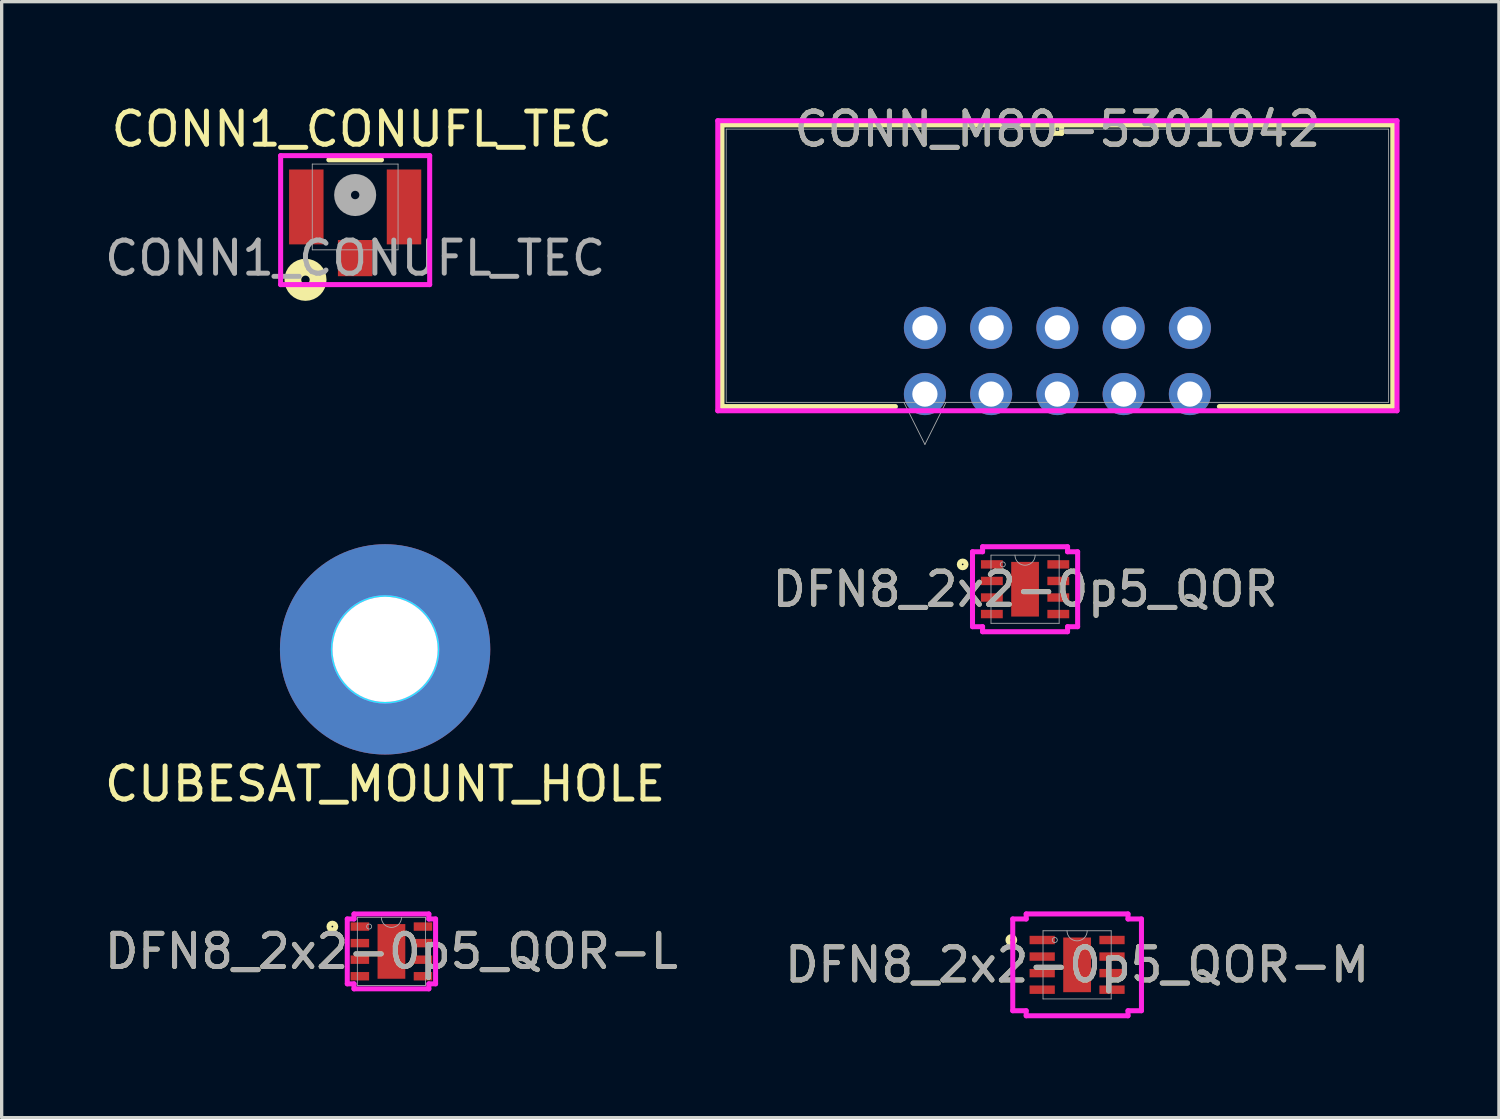
<source format=kicad_pcb>
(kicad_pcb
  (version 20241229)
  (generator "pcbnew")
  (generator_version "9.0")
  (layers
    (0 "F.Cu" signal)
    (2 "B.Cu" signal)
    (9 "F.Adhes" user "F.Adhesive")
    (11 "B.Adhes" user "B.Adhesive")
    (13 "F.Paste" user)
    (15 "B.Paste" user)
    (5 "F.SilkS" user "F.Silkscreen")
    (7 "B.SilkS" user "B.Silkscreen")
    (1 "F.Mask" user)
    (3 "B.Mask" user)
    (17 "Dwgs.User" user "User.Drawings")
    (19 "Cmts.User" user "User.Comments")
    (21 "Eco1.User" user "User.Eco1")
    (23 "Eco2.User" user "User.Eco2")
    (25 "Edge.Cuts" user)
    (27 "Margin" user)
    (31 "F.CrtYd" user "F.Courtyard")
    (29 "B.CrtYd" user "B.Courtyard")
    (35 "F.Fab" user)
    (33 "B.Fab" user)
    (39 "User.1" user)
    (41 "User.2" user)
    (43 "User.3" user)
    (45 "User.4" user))
  (footprint "CONN1_CONUFL_TEC"
    (layer "F.Cu")
    (at 7.673 3.198)
    (property "Reference" "CONN1_CONUFL_TEC" (at 0.2 -2.35 0) (unlocked yes) (layer "F.SilkS") (effects (font (size 1 1) (thickness 0.15))))
    (attr smd)
    (fp_line (start 0.795 -1.422) (end -0.795 -1.422) (stroke (width 0.152) (type solid)) (layer "F.SilkS"))
    (fp_circle (center -1.5 2.2) (end -1.119 2.2) (stroke (width 0.508) (type solid)) (fill no) (layer "F.SilkS"))
    (fp_line (start -2.25 -1.549) (end -2.25 2.345) (stroke (width 0.152) (type solid)) (layer "F.CrtYd"))
    (fp_line (start -2.25 2.345) (end 2.25 2.345) (stroke (width 0.152) (type solid)) (layer "F.CrtYd"))
    (fp_line (start 2.25 -1.549) (end -2.25 -1.549) (stroke (width 0.152) (type solid)) (layer "F.CrtYd"))
    (fp_line (start 2.25 2.345) (end 2.25 -1.549) (stroke (width 0.152) (type solid)) (layer "F.CrtYd"))
    (fp_line (start -1.295 -1.295) (end -1.295 1.295) (stroke (width 0.025) (type solid)) (layer "F.Fab"))
    (fp_line (start -1.295 1.295) (end 1.295 1.295) (stroke (width 0.025) (type solid)) (layer "F.Fab"))
    (fp_line (start 1.295 -1.295) (end -1.295 -1.295) (stroke (width 0.025) (type solid)) (layer "F.Fab"))
    (fp_line (start 1.295 1.295) (end 1.295 -1.295) (stroke (width 0.025) (type solid)) (layer "F.Fab"))
    (fp_circle (center 0 -0.36) (end 0.381 -0.36) (stroke (width 0.508) (type solid)) (fill no) (layer "F.Fab"))
    (fp_text user "${REFERENCE}" (at 0 1.545 0) (unlocked yes) (layer "F.Fab") (effects (font (size 1 1) (thickness 0.15))))
    (pad "1" smd rect (at 0 1.545) (size 1.041 1.092) (layers "F.Cu" "F.Mask" "F.Paste"))
    (pad "2" smd rect (at -1.475 0) (size 1.041 2.261) (layers "F.Cu" "F.Mask" "F.Paste"))
    (pad "3" smd rect (at 1.475 0) (size 1.041 2.261) (layers "F.Cu" "F.Mask" "F.Paste")))
  (footprint "CUBESAT_MOUNT_HOLE"
    (layer "F.Cu")
    (at 8.577 16.556)
    (property "Reference" "CUBESAT_MOUNT_HOLE" (at 0 4.064 0) (layer "F.SilkS") (effects (font (size 1 1) (thickness 0.15))))
    (attr through_hole exclude_from_pos_files exclude_from_bom)
    (fp_circle (center 0 0) (end 1.6 0.2) (stroke (width 0.05) (type solid)) (fill no) (layer "B.CrtYd"))
    (fp_circle (center 0 0) (end 1.6 0.2) (stroke (width 0.05) (type solid)) (fill no) (layer "F.CrtYd"))
    (pad "1" thru_hole circle (at 0 0) (size 6.35 6.35) (drill 3.175) (layers "*.Cu" "*.Mask")))
  (footprint "CONN_M80-5301042"
    (layer "F.Cu")
    (at 28.875 0.848)
    (property "Reference" "CONN_M80-5301042" (at 0 0 0) (unlocked yes) (layer "F.SilkS") (effects (font (size 1 1) (thickness 0.15))))
    (attr through_hole)
    (fp_line (start -10.127 -0.127) (end -10.127 8.377) (stroke (width 0.152) (type solid)) (layer "F.SilkS"))
    (fp_line (start -10.127 8.377) (end -4.891 8.377) (stroke (width 0.152) (type solid)) (layer "F.SilkS"))
    (fp_line (start -0.127 -0.127) (end -0.127 0.127) (stroke (width 0.152) (type solid)) (layer "F.SilkS"))
    (fp_line (start -0.127 0.127) (end 0.127 0.127) (stroke (width 0.152) (type solid)) (layer "F.SilkS"))
    (fp_line (start 0.127 -0.127) (end -0.127 -0.127) (stroke (width 0.152) (type solid)) (layer "F.SilkS"))
    (fp_line (start 0.127 0.127) (end 0.127 -0.127) (stroke (width 0.152) (type solid)) (layer "F.SilkS"))
    (fp_line (start 4.891 8.377) (end 10.127 8.377) (stroke (width 0.152) (type solid)) (layer "F.SilkS"))
    (fp_line (start 10.127 -0.127) (end -10.127 -0.127) (stroke (width 0.152) (type solid)) (layer "F.SilkS"))
    (fp_line (start 10.127 8.377) (end 10.127 -0.127) (stroke (width 0.152) (type solid)) (layer "F.SilkS"))
    (fp_line (start -10.254 -0.254) (end -10.254 8.504) (stroke (width 0.152) (type solid)) (layer "F.CrtYd"))
    (fp_line (start -10.254 8.504) (end 10.254 8.504) (stroke (width 0.152) (type solid)) (layer "F.CrtYd"))
    (fp_line (start 10.254 -0.254) (end -10.254 -0.254) (stroke (width 0.152) (type solid)) (layer "F.CrtYd"))
    (fp_line (start 10.254 8.504) (end 10.254 -0.254) (stroke (width 0.152) (type solid)) (layer "F.CrtYd"))
    (fp_line (start -10 0) (end -10 8.25) (stroke (width 0.025) (type solid)) (layer "F.Fab"))
    (fp_line (start -10 8.25) (end 10 8.25) (stroke (width 0.025) (type solid)) (layer "F.Fab"))
    (fp_line (start -4.635 8.25) (end -4 9.52) (stroke (width 0.025) (type solid)) (layer "F.Fab"))
    (fp_line (start -3.365 8.25) (end -4 9.52) (stroke (width 0.025) (type solid)) (layer "F.Fab"))
    (fp_line (start 0 0) (end 0 0) (stroke (width 0.025) (type solid)) (layer "F.Fab"))
    (fp_line (start 0 0) (end 0 0) (stroke (width 0.025) (type solid)) (layer "F.Fab"))
    (fp_line (start 0 0) (end 0 0) (stroke (width 0.025) (type solid)) (layer "F.Fab"))
    (fp_line (start 0 0) (end 0 0) (stroke (width 0.025) (type solid)) (layer "F.Fab"))
    (fp_line (start 10 0) (end -10 0) (stroke (width 0.025) (type solid)) (layer "F.Fab"))
    (fp_line (start 10 8.25) (end 10 0) (stroke (width 0.025) (type solid)) (layer "F.Fab"))
    (fp_text user "${REFERENCE}" (at 0 0 0) (unlocked yes) (layer "F.Fab") (effects (font (size 1 1) (thickness 0.15))))
    (pad "1" thru_hole circle (at -4 8) (size 1.27 1.27) (drill 0.762) (layers "*.Cu" "*.Mask"))
    (pad "2" thru_hole circle (at -2 8) (size 1.27 1.27) (drill 0.762) (layers "*.Cu" "*.Mask"))
    (pad "3" thru_hole circle (at 0 8) (size 1.27 1.27) (drill 0.762) (layers "*.Cu" "*.Mask"))
    (pad "4" thru_hole circle (at 2 8) (size 1.27 1.27) (drill 0.762) (layers "*.Cu" "*.Mask"))
    (pad "5" thru_hole circle (at 4 8) (size 1.27 1.27) (drill 0.762) (layers "*.Cu" "*.Mask"))
    (pad "6" thru_hole circle (at -4 6) (size 1.27 1.27) (drill 0.762) (layers "*.Cu" "*.Mask"))
    (pad "7" thru_hole circle (at -2 6) (size 1.27 1.27) (drill 0.762) (layers "*.Cu" "*.Mask"))
    (pad "8" thru_hole circle (at 0 6) (size 1.27 1.27) (drill 0.762) (layers "*.Cu" "*.Mask"))
    (pad "9" thru_hole circle (at 2 6) (size 1.27 1.27) (drill 0.762) (layers "*.Cu" "*.Mask"))
    (pad "10" thru_hole circle (at 4 6) (size 1.27 1.27) (drill 0.762) (layers "*.Cu" "*.Mask")))
  (footprint "DFN8_2x2-0p5_QOR-L"
    (layer "F.Cu")
    (at 8.768 25.675)
    (property "Reference" "DFN8_2x2-0p5_QOR-L" (at 0 0 0) (unlocked yes) (layer "F.SilkS") (effects (font (size 1 1) (thickness 0.15))))
    (attr smd)
    (fp_circle (center -1.783 -0.75) (end -1.681 -0.75) (stroke (width 0.152) (type solid)) (fill no) (layer "F.SilkS"))
    (fp_line (start -1.333 -0.979) (end -1.13 -0.979) (stroke (width 0.152) (type solid)) (layer "F.CrtYd"))
    (fp_line (start -1.333 0.979) (end -1.333 -0.979) (stroke (width 0.152) (type solid)) (layer "F.CrtYd"))
    (fp_line (start -1.333 0.979) (end -1.13 0.979) (stroke (width 0.152) (type solid)) (layer "F.CrtYd"))
    (fp_line (start -1.13 -1.13) (end 1.13 -1.13) (stroke (width 0.152) (type solid)) (layer "F.CrtYd"))
    (fp_line (start -1.13 -0.979) (end -1.13 -1.13) (stroke (width 0.152) (type solid)) (layer "F.CrtYd"))
    (fp_line (start -1.13 1.13) (end -1.13 0.979) (stroke (width 0.152) (type solid)) (layer "F.CrtYd"))
    (fp_line (start 1.13 -1.13) (end 1.13 -0.979) (stroke (width 0.152) (type solid)) (layer "F.CrtYd"))
    (fp_line (start 1.13 0.979) (end 1.13 1.13) (stroke (width 0.152) (type solid)) (layer "F.CrtYd"))
    (fp_line (start 1.13 1.13) (end -1.13 1.13) (stroke (width 0.152) (type solid)) (layer "F.CrtYd"))
    (fp_line (start 1.333 -0.979) (end 1.13 -0.979) (stroke (width 0.152) (type solid)) (layer "F.CrtYd"))
    (fp_line (start 1.333 -0.979) (end 1.333 0.979) (stroke (width 0.152) (type solid)) (layer "F.CrtYd"))
    (fp_line (start 1.333 0.979) (end 1.13 0.979) (stroke (width 0.152) (type solid)) (layer "F.CrtYd"))
    (fp_line (start -1.029 -1.029) (end -1.029 1.029) (stroke (width 0.025) (type solid)) (layer "F.Fab"))
    (fp_line (start -1.029 1.029) (end 1.029 1.029) (stroke (width 0.025) (type solid)) (layer "F.Fab"))
    (fp_line (start 1.029 -1.029) (end -1.029 -1.029) (stroke (width 0.025) (type solid)) (layer "F.Fab"))
    (fp_line (start 1.029 1.029) (end 1.029 -1.029) (stroke (width 0.025) (type solid)) (layer "F.Fab"))
    (fp_arc (start 0.3048 -1.0287) (mid 0 -0.7239) (end -0.3048 -1.0287) (stroke (width 0.0254) (type solid)) (layer "F.Fab"))
    (fp_circle (center -0.673 -0.75) (end -0.597 -0.75) (stroke (width 0.025) (type solid)) (fill no) (layer "F.Fab"))
    (fp_text user "${REFERENCE}" (at 0 0 0) (unlocked yes) (layer "F.Fab") (effects (font (size 1 1) (thickness 0.15))))
    (pad "1" smd rect (at -0.953 -0.75) (size 0.559 0.254) (layers "F.Cu" "F.Mask" "F.Paste"))
    (pad "2" smd rect (at -0.953 -0.25) (size 0.559 0.254) (layers "F.Cu" "F.Mask" "F.Paste"))
    (pad "3" smd rect (at -0.953 0.25) (size 0.559 0.254) (layers "F.Cu" "F.Mask" "F.Paste"))
    (pad "4" smd rect (at -0.953 0.75) (size 0.559 0.254) (layers "F.Cu" "F.Mask" "F.Paste"))
    (pad "5" smd rect (at 0.953 0.75) (size 0.559 0.254) (layers "F.Cu" "F.Mask" "F.Paste"))
    (pad "6" smd rect (at 0.953 0.25) (size 0.559 0.254) (layers "F.Cu" "F.Mask" "F.Paste"))
    (pad "7" smd rect (at 0.953 -0.25) (size 0.559 0.254) (layers "F.Cu" "F.Mask" "F.Paste"))
    (pad "8" smd rect (at 0.953 -0.75) (size 0.559 0.254) (layers "F.Cu" "F.Mask" "F.Paste"))
    (pad "9" smd rect (at 0 0) (size 0.838 1.651) (layers "F.Cu" "F.Mask" "F.Paste")))
  (footprint "DFN8_2x2-0p5_QOR-M"
    (layer "F.Cu")
    (at 29.47 26.081)
    (property "Reference" "DFN8_2x2-0p5_QOR-M" (at 0 0 0) (unlocked yes) (layer "F.SilkS") (effects (font (size 1 1) (thickness 0.15))))
    (attr smd)
    (fp_circle (center -1.986 -0.75) (end -1.884 -0.75) (stroke (width 0.152) (type solid)) (fill no) (layer "F.SilkS"))
    (fp_line (start -1.943 -1.385) (end -1.537 -1.385) (stroke (width 0.152) (type solid)) (layer "F.CrtYd"))
    (fp_line (start -1.943 1.385) (end -1.943 -1.385) (stroke (width 0.152) (type solid)) (layer "F.CrtYd"))
    (fp_line (start -1.943 1.385) (end -1.537 1.385) (stroke (width 0.152) (type solid)) (layer "F.CrtYd"))
    (fp_line (start -1.537 -1.537) (end 1.537 -1.537) (stroke (width 0.152) (type solid)) (layer "F.CrtYd"))
    (fp_line (start -1.537 -1.385) (end -1.537 -1.537) (stroke (width 0.152) (type solid)) (layer "F.CrtYd"))
    (fp_line (start -1.537 1.537) (end -1.537 1.385) (stroke (width 0.152) (type solid)) (layer "F.CrtYd"))
    (fp_line (start 1.537 -1.537) (end 1.537 -1.385) (stroke (width 0.152) (type solid)) (layer "F.CrtYd"))
    (fp_line (start 1.537 1.385) (end 1.537 1.537) (stroke (width 0.152) (type solid)) (layer "F.CrtYd"))
    (fp_line (start 1.537 1.537) (end -1.537 1.537) (stroke (width 0.152) (type solid)) (layer "F.CrtYd"))
    (fp_line (start 1.943 -1.385) (end 1.537 -1.385) (stroke (width 0.152) (type solid)) (layer "F.CrtYd"))
    (fp_line (start 1.943 -1.385) (end 1.943 1.385) (stroke (width 0.152) (type solid)) (layer "F.CrtYd"))
    (fp_line (start 1.943 1.385) (end 1.537 1.385) (stroke (width 0.152) (type solid)) (layer "F.CrtYd"))
    (fp_line (start -1.029 -1.029) (end -1.029 1.029) (stroke (width 0.025) (type solid)) (layer "F.Fab"))
    (fp_line (start -1.029 1.029) (end 1.029 1.029) (stroke (width 0.025) (type solid)) (layer "F.Fab"))
    (fp_line (start 1.029 -1.029) (end -1.029 -1.029) (stroke (width 0.025) (type solid)) (layer "F.Fab"))
    (fp_line (start 1.029 1.029) (end 1.029 -1.029) (stroke (width 0.025) (type solid)) (layer "F.Fab"))
    (fp_arc (start 0.3048 -1.0287) (mid 0 -0.7239) (end -0.3048 -1.0287) (stroke (width 0.0254) (type solid)) (layer "F.Fab"))
    (fp_circle (center -0.673 -0.75) (end -0.597 -0.75) (stroke (width 0.025) (type solid)) (fill no) (layer "F.Fab"))
    (fp_text user "${REFERENCE}" (at 0 0 0) (unlocked yes) (layer "F.Fab") (effects (font (size 1 1) (thickness 0.15))))
    (pad "1" smd rect (at -1.054 -0.75) (size 0.762 0.254) (layers "F.Cu" "F.Mask" "F.Paste"))
    (pad "2" smd rect (at -1.054 -0.25) (size 0.762 0.254) (layers "F.Cu" "F.Mask" "F.Paste"))
    (pad "3" smd rect (at -1.054 0.25) (size 0.762 0.254) (layers "F.Cu" "F.Mask" "F.Paste"))
    (pad "4" smd rect (at -1.054 0.75) (size 0.762 0.254) (layers "F.Cu" "F.Mask" "F.Paste"))
    (pad "5" smd rect (at 1.054 0.75) (size 0.762 0.254) (layers "F.Cu" "F.Mask" "F.Paste"))
    (pad "6" smd rect (at 1.054 0.25) (size 0.762 0.254) (layers "F.Cu" "F.Mask" "F.Paste"))
    (pad "7" smd rect (at 1.054 -0.25) (size 0.762 0.254) (layers "F.Cu" "F.Mask" "F.Paste"))
    (pad "8" smd rect (at 1.054 -0.75) (size 0.762 0.254) (layers "F.Cu" "F.Mask" "F.Paste"))
    (pad "9" smd rect (at 0 0) (size 0.838 1.651) (layers "F.Cu" "F.Mask" "F.Paste")))
  (footprint "DFN8_2x2-0p5_QOR"
    (layer "F.Cu")
    (at 27.899 14.74)
    (property "Reference" "DFN8_2x2-0p5_QOR" (at 0 0 0) (unlocked yes) (layer "F.SilkS") (effects (font (size 1 1) (thickness 0.15))))
    (attr smd)
    (fp_circle (center -1.884 -0.75) (end -1.783 -0.75) (stroke (width 0.152) (type solid)) (fill no) (layer "F.SilkS"))
    (fp_line (start -1.587 -1.131) (end -1.283 -1.131) (stroke (width 0.152) (type solid)) (layer "F.CrtYd"))
    (fp_line (start -1.587 1.131) (end -1.587 -1.131) (stroke (width 0.152) (type solid)) (layer "F.CrtYd"))
    (fp_line (start -1.587 1.131) (end -1.283 1.131) (stroke (width 0.152) (type solid)) (layer "F.CrtYd"))
    (fp_line (start -1.283 -1.283) (end 1.283 -1.283) (stroke (width 0.152) (type solid)) (layer "F.CrtYd"))
    (fp_line (start -1.283 -1.131) (end -1.283 -1.283) (stroke (width 0.152) (type solid)) (layer "F.CrtYd"))
    (fp_line (start -1.283 1.283) (end -1.283 1.131) (stroke (width 0.152) (type solid)) (layer "F.CrtYd"))
    (fp_line (start 1.283 -1.283) (end 1.283 -1.131) (stroke (width 0.152) (type solid)) (layer "F.CrtYd"))
    (fp_line (start 1.283 1.131) (end 1.283 1.283) (stroke (width 0.152) (type solid)) (layer "F.CrtYd"))
    (fp_line (start 1.283 1.283) (end -1.283 1.283) (stroke (width 0.152) (type solid)) (layer "F.CrtYd"))
    (fp_line (start 1.587 -1.131) (end 1.283 -1.131) (stroke (width 0.152) (type solid)) (layer "F.CrtYd"))
    (fp_line (start 1.587 -1.131) (end 1.587 1.131) (stroke (width 0.152) (type solid)) (layer "F.CrtYd"))
    (fp_line (start 1.587 1.131) (end 1.283 1.131) (stroke (width 0.152) (type solid)) (layer "F.CrtYd"))
    (fp_line (start -1.029 -1.029) (end -1.029 1.029) (stroke (width 0.025) (type solid)) (layer "F.Fab"))
    (fp_line (start -1.029 1.029) (end 1.029 1.029) (stroke (width 0.025) (type solid)) (layer "F.Fab"))
    (fp_line (start 1.029 -1.029) (end -1.029 -1.029) (stroke (width 0.025) (type solid)) (layer "F.Fab"))
    (fp_line (start 1.029 1.029) (end 1.029 -1.029) (stroke (width 0.025) (type solid)) (layer "F.Fab"))
    (fp_arc (start 0.3048 -1.0287) (mid 0 -0.7239) (end -0.3048 -1.0287) (stroke (width 0.0254) (type solid)) (layer "F.Fab"))
    (fp_circle (center -0.673 -0.75) (end -0.597 -0.75) (stroke (width 0.025) (type solid)) (fill no) (layer "F.Fab"))
    (fp_text user "${REFERENCE}" (at 0 0 0) (unlocked yes) (layer "F.Fab") (effects (font (size 1 1) (thickness 0.15))))
    (pad "1" smd rect (at -1.003 -0.75) (size 0.66 0.254) (layers "F.Cu" "F.Mask" "F.Paste"))
    (pad "2" smd rect (at -1.003 -0.25) (size 0.66 0.254) (layers "F.Cu" "F.Mask" "F.Paste"))
    (pad "3" smd rect (at -1.003 0.25) (size 0.66 0.254) (layers "F.Cu" "F.Mask" "F.Paste"))
    (pad "4" smd rect (at -1.003 0.75) (size 0.66 0.254) (layers "F.Cu" "F.Mask" "F.Paste"))
    (pad "5" smd rect (at 1.003 0.75) (size 0.66 0.254) (layers "F.Cu" "F.Mask" "F.Paste"))
    (pad "6" smd rect (at 1.003 0.25) (size 0.66 0.254) (layers "F.Cu" "F.Mask" "F.Paste"))
    (pad "7" smd rect (at 1.003 -0.25) (size 0.66 0.254) (layers "F.Cu" "F.Mask" "F.Paste"))
    (pad "8" smd rect (at 1.003 -0.75) (size 0.66 0.254) (layers "F.Cu" "F.Mask" "F.Paste"))
    (pad "9" smd rect (at 0 0) (size 0.838 1.651) (layers "F.Cu" "F.Mask" "F.Paste")))
  (gr_rect
    (start -3 -3)
    (end 42.206 30.694)
    (stroke (width 0.1) (type default))
    (fill no)
    (layer "Edge.Cuts")))
</source>
